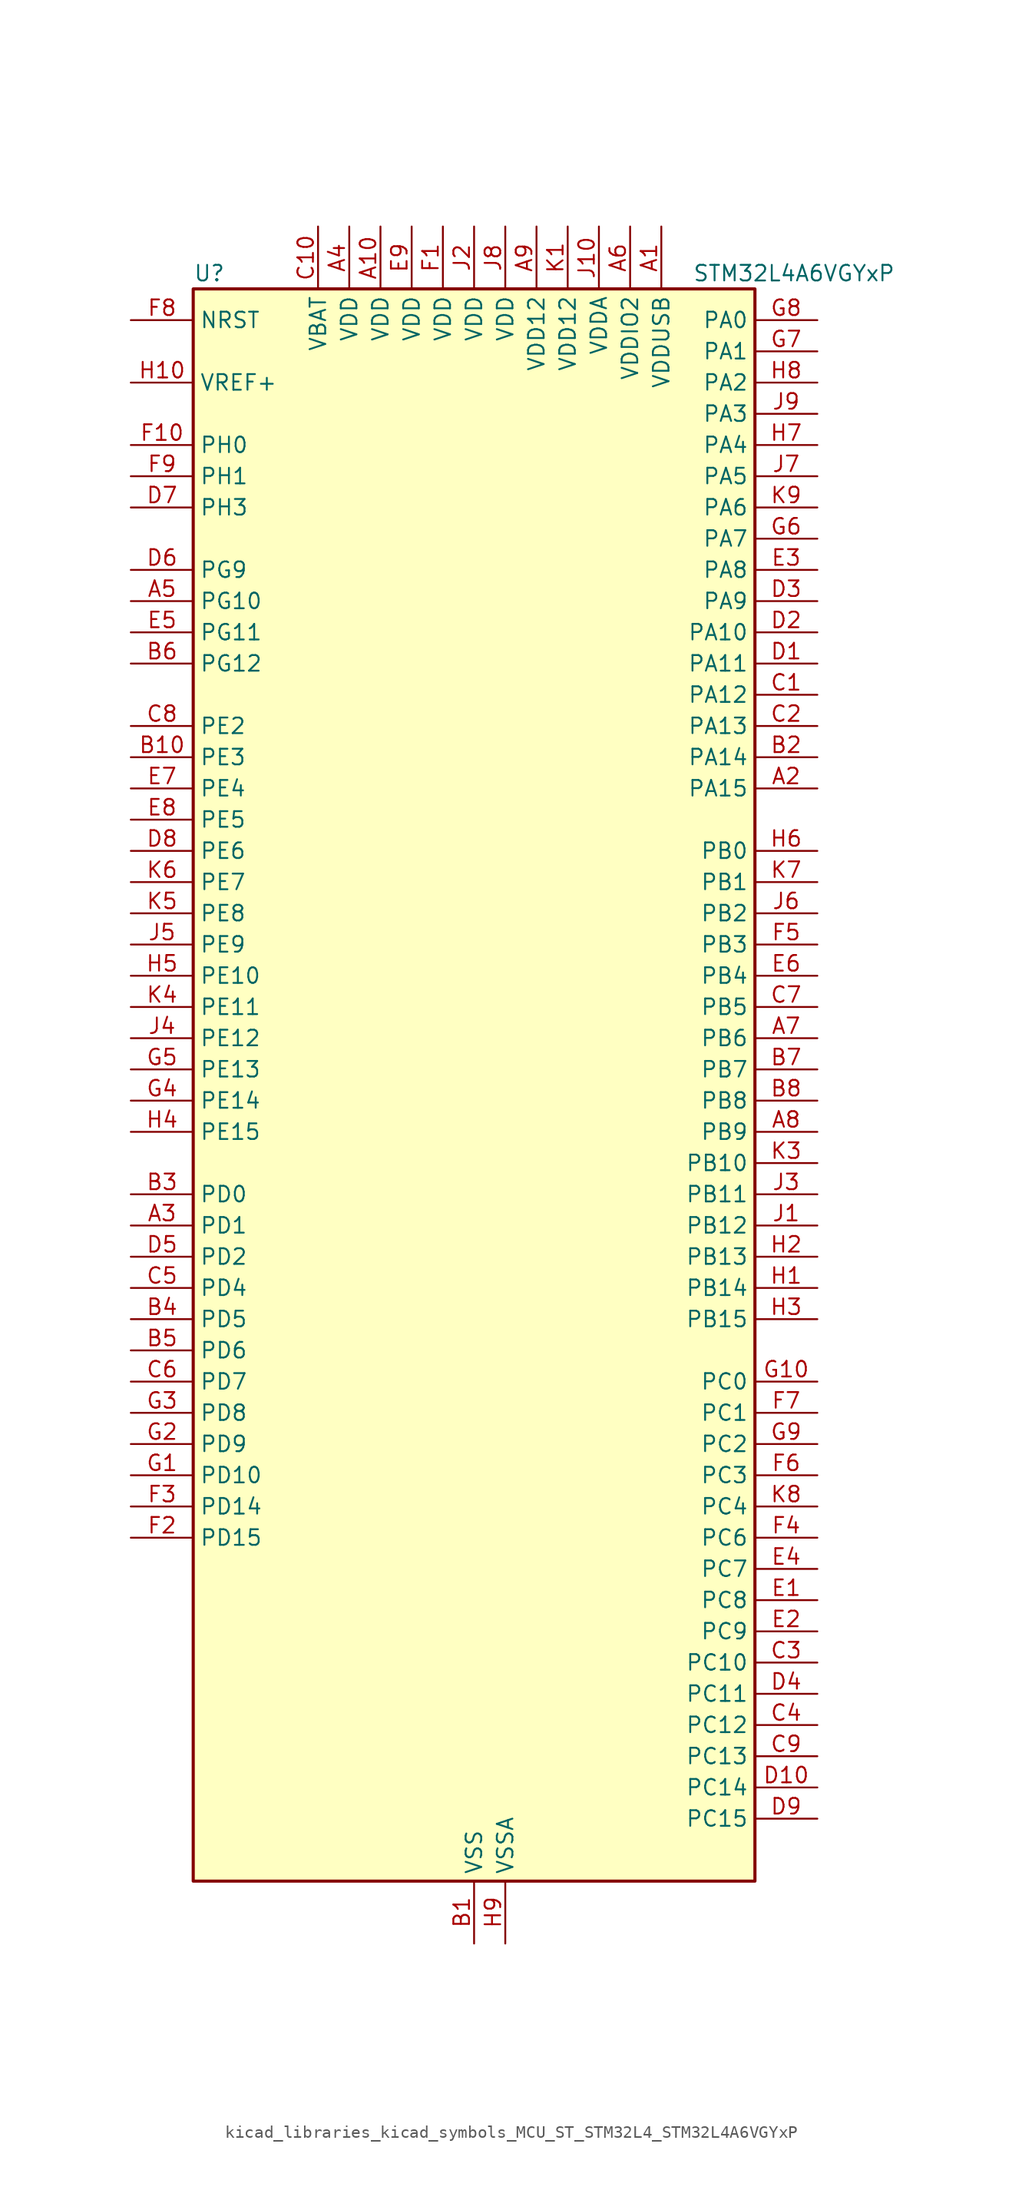
<source format=kicad_sym>
(kicad_symbol_lib
  (version 20220914)
  (generator kicad_symbol_editor)
  (symbol "kicad_libraries_kicad_symbols_MCU_ST_STM32L4_STM32L4A6VGYxP"
    (property "Reference" "U"
      (at -22.86 67.31 0)
      (effects (font (size 1.27 1.27)) (justify left)))
    (property "Value" "STM32L4A6VGYxP"
      (at 17.78 67.31 0)
      (effects (font (size 1.27 1.27)) (justify left)))
    (property "ki_locked" ""
      (at 0 0 0)
      (effects (font (size 1.27 1.27))))
    (symbol "kicad_libraries_kicad_symbols_MCU_ST_STM32L4_STM32L4A6VGYxP_0_1"
      (rectangle (start -22.86 -63.5) (end 22.86 66.04) (stroke (width 0.254) (type default)) (fill (type background))))
    (symbol "kicad_libraries_kicad_symbols_MCU_ST_STM32L4_STM32L4A6VGYxP_1_1"
      (pin power_in line (at 15.24 71.12 270) (length 5.08) (name "VDDUSB" (effects (font (size 1.27 1.27)))) (number "A1" (effects (font (size 1.27 1.27)))))
      (pin power_in line (at -7.62 71.12 270) (length 5.08) (name "VDD" (effects (font (size 1.27 1.27)))) (number "A10" (effects (font (size 1.27 1.27)))))
      (pin bidirectional line (at 27.94 25.4 180) (length 5.08) (name "PA15" (effects (font (size 1.27 1.27)))) (number "A2" (effects (font (size 1.27 1.27)))) (alternate "ADC1_EXTI15" bidirectional line) (alternate "ADC2_EXTI15" bidirectional line) (alternate "ADC3_EXTI15" bidirectional line) (alternate "LCD_SEG17" bidirectional line) (alternate "SAI2_FS_B" bidirectional line) (alternate "SPI1_NSS" bidirectional line) (alternate "SPI3_NSS" bidirectional line) (alternate "SWPMI1_SUSPEND" bidirectional line) (alternate "SYS_JTDI" bidirectional line) (alternate "TIM2_CH1" bidirectional line) (alternate "TIM2_ETR" bidirectional line) (alternate "TSC_G3_IO1" bidirectional line) (alternate "UART4_DE" bidirectional line) (alternate "UART4_RTS" bidirectional line) (alternate "USART2_RX" bidirectional line) (alternate "USART3_DE" bidirectional line) (alternate "USART3_RTS" bidirectional line))
      (pin bidirectional line (at -27.94 -10.16 0) (length 5.08) (name "PD1" (effects (font (size 1.27 1.27)))) (number "A3" (effects (font (size 1.27 1.27)))) (alternate "CAN1_TX" bidirectional line) (alternate "DFSDM1_CKIN7" bidirectional line) (alternate "FMC_D3" bidirectional line) (alternate "FMC_DA3" bidirectional line) (alternate "SPI2_SCK" bidirectional line))
      (pin power_in line (at -10.16 71.12 270) (length 5.08) (name "VDD" (effects (font (size 1.27 1.27)))) (number "A4" (effects (font (size 1.27 1.27)))))
      (pin bidirectional line (at -27.94 40.64 0) (length 5.08) (name "PG10" (effects (font (size 1.27 1.27)))) (number "A5" (effects (font (size 1.27 1.27)))) (alternate "LPTIM1_IN1" bidirectional line) (alternate "SAI2_FS_A" bidirectional line) (alternate "SPI3_MISO" bidirectional line) (alternate "TIM15_CH1" bidirectional line) (alternate "USART1_RX" bidirectional line))
      (pin power_in line (at 12.7 71.12 270) (length 5.08) (name "VDDIO2" (effects (font (size 1.27 1.27)))) (number "A6" (effects (font (size 1.27 1.27)))))
      (pin bidirectional line (at 27.94 5.08 180) (length 5.08) (name "PB6" (effects (font (size 1.27 1.27)))) (number "A7" (effects (font (size 1.27 1.27)))) (alternate "CAN2_TX" bidirectional line) (alternate "COMP2_INP" bidirectional line) (alternate "DCMI_D5" bidirectional line) (alternate "DFSDM1_DATIN5" bidirectional line) (alternate "I2C1_SCL" bidirectional line) (alternate "I2C4_SCL" bidirectional line) (alternate "LPTIM1_ETR" bidirectional line) (alternate "SAI1_FS_B" bidirectional line) (alternate "TIM16_CH1N" bidirectional line) (alternate "TIM4_CH1" bidirectional line) (alternate "TIM8_BKIN2" bidirectional line) (alternate "TIM8_BKIN2_COMP2" bidirectional line) (alternate "TSC_G2_IO3" bidirectional line) (alternate "USART1_TX" bidirectional line))
      (pin bidirectional line (at 27.94 -2.54 180) (length 5.08) (name "PB9" (effects (font (size 1.27 1.27)))) (number "A8" (effects (font (size 1.27 1.27)))) (alternate "CAN1_TX" bidirectional line) (alternate "DAC1_EXTI9" bidirectional line) (alternate "DCMI_D7" bidirectional line) (alternate "DFSDM1_CKIN6" bidirectional line) (alternate "I2C1_SDA" bidirectional line) (alternate "IR_OUT" bidirectional line) (alternate "LCD_COM3" bidirectional line) (alternate "SAI1_FS_A" bidirectional line) (alternate "SDMMC1_D5" bidirectional line) (alternate "SPI2_NSS" bidirectional line) (alternate "TIM17_CH1" bidirectional line) (alternate "TIM4_CH4" bidirectional line))
      (pin power_in line (at 5.08 71.12 270) (length 5.08) (name "VDD12" (effects (font (size 1.27 1.27)))) (number "A9" (effects (font (size 1.27 1.27)))))
      (pin power_in line (at 0 -68.58 90) (length 5.08) (name "VSS" (effects (font (size 1.27 1.27)))) (number "B1" (effects (font (size 1.27 1.27)))))
      (pin bidirectional line (at -27.94 27.94 0) (length 5.08) (name "PE3" (effects (font (size 1.27 1.27)))) (number "B10" (effects (font (size 1.27 1.27)))) (alternate "FMC_A19" bidirectional line) (alternate "LCD_SEG39" bidirectional line) (alternate "SAI1_SD_B" bidirectional line) (alternate "SYS_TRACED0" bidirectional line) (alternate "TIM3_CH1" bidirectional line) (alternate "TSC_G7_IO2" bidirectional line))
      (pin bidirectional line (at 27.94 27.94 180) (length 5.08) (name "PA14" (effects (font (size 1.27 1.27)))) (number "B2" (effects (font (size 1.27 1.27)))) (alternate "I2C1_SMBA" bidirectional line) (alternate "I2C4_SMBA" bidirectional line) (alternate "LPTIM1_OUT" bidirectional line) (alternate "SAI1_FS_B" bidirectional line) (alternate "SWPMI1_RX" bidirectional line) (alternate "SYS_JTCK-SWCLK" bidirectional line) (alternate "USB_OTG_FS_SOF" bidirectional line))
      (pin bidirectional line (at -27.94 -7.62 0) (length 5.08) (name "PD0" (effects (font (size 1.27 1.27)))) (number "B3" (effects (font (size 1.27 1.27)))) (alternate "CAN1_RX" bidirectional line) (alternate "DFSDM1_DATIN7" bidirectional line) (alternate "FMC_D2" bidirectional line) (alternate "FMC_DA2" bidirectional line) (alternate "SPI2_NSS" bidirectional line))
      (pin bidirectional line (at -27.94 -17.78 0) (length 5.08) (name "PD5" (effects (font (size 1.27 1.27)))) (number "B4" (effects (font (size 1.27 1.27)))) (alternate "FMC_NWE" bidirectional line) (alternate "QUADSPI_BK2_IO1" bidirectional line) (alternate "USART2_TX" bidirectional line))
      (pin bidirectional line (at -27.94 -20.32 0) (length 5.08) (name "PD6" (effects (font (size 1.27 1.27)))) (number "B5" (effects (font (size 1.27 1.27)))) (alternate "DCMI_D10" bidirectional line) (alternate "DFSDM1_DATIN1" bidirectional line) (alternate "FMC_NWAIT" bidirectional line) (alternate "QUADSPI_BK2_IO1" bidirectional line) (alternate "QUADSPI_BK2_IO2" bidirectional line) (alternate "SAI1_SD_A" bidirectional line) (alternate "USART2_RX" bidirectional line))
      (pin bidirectional line (at -27.94 35.56 0) (length 5.08) (name "PG12" (effects (font (size 1.27 1.27)))) (number "B6" (effects (font (size 1.27 1.27)))) (alternate "LPTIM1_ETR" bidirectional line) (alternate "SAI2_SD_A" bidirectional line) (alternate "SPI3_NSS" bidirectional line) (alternate "USART1_DE" bidirectional line) (alternate "USART1_RTS" bidirectional line))
      (pin bidirectional line (at 27.94 2.54 180) (length 5.08) (name "PB7" (effects (font (size 1.27 1.27)))) (number "B7" (effects (font (size 1.27 1.27)))) (alternate "COMP2_INM" bidirectional line) (alternate "DCMI_VSYNC" bidirectional line) (alternate "DFSDM1_CKIN5" bidirectional line) (alternate "FMC_NL" bidirectional line) (alternate "I2C1_SDA" bidirectional line) (alternate "I2C4_SDA" bidirectional line) (alternate "LCD_SEG21" bidirectional line) (alternate "LPTIM1_IN2" bidirectional line) (alternate "SYS_PVD_IN" bidirectional line) (alternate "TIM17_CH1N" bidirectional line) (alternate "TIM4_CH2" bidirectional line) (alternate "TIM8_BKIN" bidirectional line) (alternate "TIM8_BKIN_COMP1" bidirectional line) (alternate "TSC_G2_IO4" bidirectional line) (alternate "UART4_CTS" bidirectional line) (alternate "USART1_RX" bidirectional line))
      (pin bidirectional line (at 27.94 0 180) (length 5.08) (name "PB8" (effects (font (size 1.27 1.27)))) (number "B8" (effects (font (size 1.27 1.27)))) (alternate "CAN1_RX" bidirectional line) (alternate "DCMI_D6" bidirectional line) (alternate "DFSDM1_DATIN6" bidirectional line) (alternate "I2C1_SCL" bidirectional line) (alternate "LCD_SEG16" bidirectional line) (alternate "SAI1_MCLK_A" bidirectional line) (alternate "SDMMC1_D4" bidirectional line) (alternate "TIM16_CH1" bidirectional line) (alternate "TIM4_CH3" bidirectional line))
      (pin passive line (at 0 -68.58 90) (length 5.08) hide (name "VSS" (effects (font (size 1.27 1.27)))) (number "B9" (effects (font (size 1.27 1.27)))))
      (pin bidirectional line (at 27.94 33.02 180) (length 5.08) (name "PA12" (effects (font (size 1.27 1.27)))) (number "C1" (effects (font (size 1.27 1.27)))) (alternate "CAN1_TX" bidirectional line) (alternate "SPI1_MOSI" bidirectional line) (alternate "TIM1_ETR" bidirectional line) (alternate "USART1_DE" bidirectional line) (alternate "USART1_RTS" bidirectional line) (alternate "USB_OTG_FS_DP" bidirectional line))
      (pin power_in line (at -12.7 71.12 270) (length 5.08) (name "VBAT" (effects (font (size 1.27 1.27)))) (number "C10" (effects (font (size 1.27 1.27)))))
      (pin bidirectional line (at 27.94 30.48 180) (length 5.08) (name "PA13" (effects (font (size 1.27 1.27)))) (number "C2" (effects (font (size 1.27 1.27)))) (alternate "IR_OUT" bidirectional line) (alternate "SAI1_SD_B" bidirectional line) (alternate "SWPMI1_TX" bidirectional line) (alternate "SYS_JTMS-SWDIO" bidirectional line) (alternate "USB_OTG_FS_NOE" bidirectional line))
      (pin bidirectional line (at 27.94 -45.72 180) (length 5.08) (name "PC10" (effects (font (size 1.27 1.27)))) (number "C3" (effects (font (size 1.27 1.27)))) (alternate "DCMI_D8" bidirectional line) (alternate "LCD_COM4" bidirectional line) (alternate "LCD_SEG28" bidirectional line) (alternate "LCD_SEG40" bidirectional line) (alternate "SAI2_SCK_B" bidirectional line) (alternate "SDMMC1_D2" bidirectional line) (alternate "SPI3_SCK" bidirectional line) (alternate "SYS_TRACED1" bidirectional line) (alternate "TSC_G3_IO2" bidirectional line) (alternate "UART4_TX" bidirectional line) (alternate "USART3_TX" bidirectional line))
      (pin bidirectional line (at 27.94 -50.8 180) (length 5.08) (name "PC12" (effects (font (size 1.27 1.27)))) (number "C4" (effects (font (size 1.27 1.27)))) (alternate "DCMI_D9" bidirectional line) (alternate "LCD_COM6" bidirectional line) (alternate "LCD_SEG30" bidirectional line) (alternate "LCD_SEG42" bidirectional line) (alternate "SAI2_SD_B" bidirectional line) (alternate "SDMMC1_CK" bidirectional line) (alternate "SPI3_MOSI" bidirectional line) (alternate "SYS_TRACED3" bidirectional line) (alternate "TSC_G3_IO4" bidirectional line) (alternate "UART5_TX" bidirectional line) (alternate "USART3_CK" bidirectional line))
      (pin bidirectional line (at -27.94 -15.24 0) (length 5.08) (name "PD4" (effects (font (size 1.27 1.27)))) (number "C5" (effects (font (size 1.27 1.27)))) (alternate "DFSDM1_CKIN0" bidirectional line) (alternate "FMC_NOE" bidirectional line) (alternate "QUADSPI_BK2_IO0" bidirectional line) (alternate "SPI2_MOSI" bidirectional line) (alternate "USART2_DE" bidirectional line) (alternate "USART2_RTS" bidirectional line))
      (pin bidirectional line (at -27.94 -22.86 0) (length 5.08) (name "PD7" (effects (font (size 1.27 1.27)))) (number "C6" (effects (font (size 1.27 1.27)))) (alternate "DFSDM1_CKIN1" bidirectional line) (alternate "FMC_NE1" bidirectional line) (alternate "QUADSPI_BK2_IO3" bidirectional line) (alternate "USART2_CK" bidirectional line))
      (pin bidirectional line (at 27.94 7.62 180) (length 5.08) (name "PB5" (effects (font (size 1.27 1.27)))) (number "C7" (effects (font (size 1.27 1.27)))) (alternate "CAN2_RX" bidirectional line) (alternate "COMP2_OUT" bidirectional line) (alternate "DCMI_D10" bidirectional line) (alternate "I2C1_SMBA" bidirectional line) (alternate "LCD_SEG9" bidirectional line) (alternate "LPTIM1_IN1" bidirectional line) (alternate "SAI1_SD_B" bidirectional line) (alternate "SPI1_MOSI" bidirectional line) (alternate "SPI3_MOSI" bidirectional line) (alternate "TIM16_BKIN" bidirectional line) (alternate "TIM3_CH2" bidirectional line) (alternate "TSC_G2_IO2" bidirectional line) (alternate "UART5_CTS" bidirectional line) (alternate "USART1_CK" bidirectional line))
      (pin bidirectional line (at -27.94 30.48 0) (length 5.08) (name "PE2" (effects (font (size 1.27 1.27)))) (number "C8" (effects (font (size 1.27 1.27)))) (alternate "FMC_A23" bidirectional line) (alternate "LCD_SEG38" bidirectional line) (alternate "SAI1_MCLK_A" bidirectional line) (alternate "SYS_TRACECLK" bidirectional line) (alternate "TIM3_ETR" bidirectional line) (alternate "TSC_G7_IO1" bidirectional line))
      (pin bidirectional line (at 27.94 -53.34 180) (length 5.08) (name "PC13" (effects (font (size 1.27 1.27)))) (number "C9" (effects (font (size 1.27 1.27)))) (alternate "RTC_OUT_ALARM" bidirectional line) (alternate "RTC_OUT_CALIB" bidirectional line) (alternate "RTC_TAMP1" bidirectional line) (alternate "RTC_TS" bidirectional line) (alternate "SYS_WKUP2" bidirectional line))
      (pin bidirectional line (at 27.94 35.56 180) (length 5.08) (name "PA11" (effects (font (size 1.27 1.27)))) (number "D1" (effects (font (size 1.27 1.27)))) (alternate "ADC1_EXTI11" bidirectional line) (alternate "ADC2_EXTI11" bidirectional line) (alternate "ADC3_EXTI11" bidirectional line) (alternate "CAN1_RX" bidirectional line) (alternate "SPI1_MISO" bidirectional line) (alternate "TIM1_BKIN2" bidirectional line) (alternate "TIM1_BKIN2_COMP1" bidirectional line) (alternate "TIM1_CH4" bidirectional line) (alternate "USART1_CTS" bidirectional line) (alternate "USB_OTG_FS_DM" bidirectional line))
      (pin bidirectional line (at 27.94 -55.88 180) (length 5.08) (name "PC14" (effects (font (size 1.27 1.27)))) (number "D10" (effects (font (size 1.27 1.27)))) (alternate "RCC_OSC32_IN" bidirectional line))
      (pin bidirectional line (at 27.94 38.1 180) (length 5.08) (name "PA10" (effects (font (size 1.27 1.27)))) (number "D2" (effects (font (size 1.27 1.27)))) (alternate "DCMI_D1" bidirectional line) (alternate "LCD_COM2" bidirectional line) (alternate "SAI1_SD_A" bidirectional line) (alternate "TIM17_BKIN" bidirectional line) (alternate "TIM1_CH3" bidirectional line) (alternate "USART1_RX" bidirectional line) (alternate "USB_OTG_FS_ID" bidirectional line))
      (pin bidirectional line (at 27.94 40.64 180) (length 5.08) (name "PA9" (effects (font (size 1.27 1.27)))) (number "D3" (effects (font (size 1.27 1.27)))) (alternate "DAC1_EXTI9" bidirectional line) (alternate "DCMI_D0" bidirectional line) (alternate "LCD_COM1" bidirectional line) (alternate "SAI1_FS_A" bidirectional line) (alternate "SPI2_SCK" bidirectional line) (alternate "TIM15_BKIN" bidirectional line) (alternate "TIM1_CH2" bidirectional line) (alternate "USART1_TX" bidirectional line) (alternate "USB_OTG_FS_VBUS" bidirectional line))
      (pin bidirectional line (at 27.94 -48.26 180) (length 5.08) (name "PC11" (effects (font (size 1.27 1.27)))) (number "D4" (effects (font (size 1.27 1.27)))) (alternate "ADC1_EXTI11" bidirectional line) (alternate "ADC2_EXTI11" bidirectional line) (alternate "ADC3_EXTI11" bidirectional line) (alternate "DCMI_D4" bidirectional line) (alternate "LCD_COM5" bidirectional line) (alternate "LCD_SEG29" bidirectional line) (alternate "LCD_SEG41" bidirectional line) (alternate "QUADSPI_BK2_NCS" bidirectional line) (alternate "SAI2_MCLK_B" bidirectional line) (alternate "SDMMC1_D3" bidirectional line) (alternate "SPI3_MISO" bidirectional line) (alternate "TSC_G3_IO3" bidirectional line) (alternate "UART4_RX" bidirectional line) (alternate "USART3_RX" bidirectional line))
      (pin bidirectional line (at -27.94 -12.7 0) (length 5.08) (name "PD2" (effects (font (size 1.27 1.27)))) (number "D5" (effects (font (size 1.27 1.27)))) (alternate "DCMI_D11" bidirectional line) (alternate "LCD_COM7" bidirectional line) (alternate "LCD_SEG31" bidirectional line) (alternate "LCD_SEG43" bidirectional line) (alternate "SDMMC1_CMD" bidirectional line) (alternate "SYS_TRACED2" bidirectional line) (alternate "TIM3_ETR" bidirectional line) (alternate "TSC_SYNC" bidirectional line) (alternate "UART5_RX" bidirectional line) (alternate "USART3_DE" bidirectional line) (alternate "USART3_RTS" bidirectional line))
      (pin bidirectional line (at -27.94 43.18 0) (length 5.08) (name "PG9" (effects (font (size 1.27 1.27)))) (number "D6" (effects (font (size 1.27 1.27)))) (alternate "DAC1_EXTI9" bidirectional line) (alternate "FMC_NCE" bidirectional line) (alternate "SAI2_SCK_A" bidirectional line) (alternate "SPI3_SCK" bidirectional line) (alternate "TIM15_CH1N" bidirectional line) (alternate "USART1_TX" bidirectional line))
      (pin bidirectional line (at -27.94 48.26 0) (length 5.08) (name "PH3" (effects (font (size 1.27 1.27)))) (number "D7" (effects (font (size 1.27 1.27)))))
      (pin bidirectional line (at -27.94 20.32 0) (length 5.08) (name "PE6" (effects (font (size 1.27 1.27)))) (number "D8" (effects (font (size 1.27 1.27)))) (alternate "DCMI_D7" bidirectional line) (alternate "FMC_A22" bidirectional line) (alternate "RTC_TAMP3" bidirectional line) (alternate "SAI1_SD_A" bidirectional line) (alternate "SYS_TRACED3" bidirectional line) (alternate "SYS_WKUP3" bidirectional line) (alternate "TIM3_CH4" bidirectional line))
      (pin bidirectional line (at 27.94 -58.42 180) (length 5.08) (name "PC15" (effects (font (size 1.27 1.27)))) (number "D9" (effects (font (size 1.27 1.27)))) (alternate "ADC1_EXTI15" bidirectional line) (alternate "ADC2_EXTI15" bidirectional line) (alternate "ADC3_EXTI15" bidirectional line) (alternate "RCC_OSC32_OUT" bidirectional line))
      (pin bidirectional line (at 27.94 -40.64 180) (length 5.08) (name "PC8" (effects (font (size 1.27 1.27)))) (number "E1" (effects (font (size 1.27 1.27)))) (alternate "DCMI_D2" bidirectional line) (alternate "LCD_SEG26" bidirectional line) (alternate "SDMMC1_D0" bidirectional line) (alternate "TIM3_CH3" bidirectional line) (alternate "TIM8_CH3" bidirectional line) (alternate "TSC_G4_IO3" bidirectional line))
      (pin passive line (at 0 -68.58 90) (length 5.08) hide (name "VSS" (effects (font (size 1.27 1.27)))) (number "E10" (effects (font (size 1.27 1.27)))))
      (pin bidirectional line (at 27.94 -43.18 180) (length 5.08) (name "PC9" (effects (font (size 1.27 1.27)))) (number "E2" (effects (font (size 1.27 1.27)))) (alternate "DAC1_EXTI9" bidirectional line) (alternate "DCMI_D3" bidirectional line) (alternate "I2C3_SDA" bidirectional line) (alternate "LCD_SEG27" bidirectional line) (alternate "SAI2_EXTCLK" bidirectional line) (alternate "SDMMC1_D1" bidirectional line) (alternate "TIM3_CH4" bidirectional line) (alternate "TIM8_BKIN2" bidirectional line) (alternate "TIM8_BKIN2_COMP1" bidirectional line) (alternate "TIM8_CH4" bidirectional line) (alternate "TSC_G4_IO4" bidirectional line) (alternate "USB_OTG_FS_NOE" bidirectional line))
      (pin bidirectional line (at 27.94 43.18 180) (length 5.08) (name "PA8" (effects (font (size 1.27 1.27)))) (number "E3" (effects (font (size 1.27 1.27)))) (alternate "LCD_COM0" bidirectional line) (alternate "LPTIM2_OUT" bidirectional line) (alternate "RCC_MCO" bidirectional line) (alternate "SAI1_SCK_A" bidirectional line) (alternate "SWPMI1_IO" bidirectional line) (alternate "TIM1_CH1" bidirectional line) (alternate "USART1_CK" bidirectional line) (alternate "USB_OTG_FS_SOF" bidirectional line))
      (pin bidirectional line (at 27.94 -38.1 180) (length 5.08) (name "PC7" (effects (font (size 1.27 1.27)))) (number "E4" (effects (font (size 1.27 1.27)))) (alternate "DCMI_D1" bidirectional line) (alternate "DFSDM1_DATIN3" bidirectional line) (alternate "LCD_SEG25" bidirectional line) (alternate "SAI2_MCLK_B" bidirectional line) (alternate "SDMMC1_D7" bidirectional line) (alternate "TIM3_CH2" bidirectional line) (alternate "TIM8_CH2" bidirectional line) (alternate "TSC_G4_IO2" bidirectional line))
      (pin bidirectional line (at -27.94 38.1 0) (length 5.08) (name "PG11" (effects (font (size 1.27 1.27)))) (number "E5" (effects (font (size 1.27 1.27)))) (alternate "ADC1_EXTI11" bidirectional line) (alternate "ADC2_EXTI11" bidirectional line) (alternate "ADC3_EXTI11" bidirectional line) (alternate "LPTIM1_IN2" bidirectional line) (alternate "SAI2_MCLK_A" bidirectional line) (alternate "SPI3_MOSI" bidirectional line) (alternate "TIM15_CH2" bidirectional line) (alternate "USART1_CTS" bidirectional line))
      (pin bidirectional line (at 27.94 10.16 180) (length 5.08) (name "PB4" (effects (font (size 1.27 1.27)))) (number "E6" (effects (font (size 1.27 1.27)))) (alternate "COMP2_INP" bidirectional line) (alternate "DCMI_D12" bidirectional line) (alternate "I2C3_SDA" bidirectional line) (alternate "LCD_SEG8" bidirectional line) (alternate "SAI1_MCLK_B" bidirectional line) (alternate "SPI1_MISO" bidirectional line) (alternate "SPI3_MISO" bidirectional line) (alternate "SYS_JTRST" bidirectional line) (alternate "TIM17_BKIN" bidirectional line) (alternate "TIM3_CH1" bidirectional line) (alternate "TSC_G2_IO1" bidirectional line) (alternate "UART5_DE" bidirectional line) (alternate "UART5_RTS" bidirectional line) (alternate "USART1_CTS" bidirectional line))
      (pin bidirectional line (at -27.94 25.4 0) (length 5.08) (name "PE4" (effects (font (size 1.27 1.27)))) (number "E7" (effects (font (size 1.27 1.27)))) (alternate "DCMI_D4" bidirectional line) (alternate "DFSDM1_DATIN3" bidirectional line) (alternate "FMC_A20" bidirectional line) (alternate "SAI1_FS_A" bidirectional line) (alternate "SYS_TRACED1" bidirectional line) (alternate "TIM3_CH2" bidirectional line) (alternate "TSC_G7_IO3" bidirectional line))
      (pin bidirectional line (at -27.94 22.86 0) (length 5.08) (name "PE5" (effects (font (size 1.27 1.27)))) (number "E8" (effects (font (size 1.27 1.27)))) (alternate "DCMI_D6" bidirectional line) (alternate "DFSDM1_CKIN3" bidirectional line) (alternate "FMC_A21" bidirectional line) (alternate "SAI1_SCK_A" bidirectional line) (alternate "SYS_TRACED2" bidirectional line) (alternate "TIM3_CH3" bidirectional line) (alternate "TSC_G7_IO4" bidirectional line))
      (pin power_in line (at -5.08 71.12 270) (length 5.08) (name "VDD" (effects (font (size 1.27 1.27)))) (number "E9" (effects (font (size 1.27 1.27)))))
      (pin power_in line (at -2.54 71.12 270) (length 5.08) (name "VDD" (effects (font (size 1.27 1.27)))) (number "F1" (effects (font (size 1.27 1.27)))))
      (pin bidirectional line (at -27.94 53.34 0) (length 5.08) (name "PH0" (effects (font (size 1.27 1.27)))) (number "F10" (effects (font (size 1.27 1.27)))) (alternate "RCC_OSC_IN" bidirectional line))
      (pin bidirectional line (at -27.94 -35.56 0) (length 5.08) (name "PD15" (effects (font (size 1.27 1.27)))) (number "F2" (effects (font (size 1.27 1.27)))) (alternate "ADC1_EXTI15" bidirectional line) (alternate "ADC2_EXTI15" bidirectional line) (alternate "ADC3_EXTI15" bidirectional line) (alternate "FMC_D1" bidirectional line) (alternate "FMC_DA1" bidirectional line) (alternate "LCD_SEG35" bidirectional line) (alternate "TIM4_CH4" bidirectional line))
      (pin bidirectional line (at -27.94 -33.02 0) (length 5.08) (name "PD14" (effects (font (size 1.27 1.27)))) (number "F3" (effects (font (size 1.27 1.27)))) (alternate "FMC_D0" bidirectional line) (alternate "FMC_DA0" bidirectional line) (alternate "LCD_SEG34" bidirectional line) (alternate "TIM4_CH3" bidirectional line))
      (pin bidirectional line (at 27.94 -35.56 180) (length 5.08) (name "PC6" (effects (font (size 1.27 1.27)))) (number "F4" (effects (font (size 1.27 1.27)))) (alternate "DCMI_D0" bidirectional line) (alternate "DFSDM1_CKIN3" bidirectional line) (alternate "LCD_SEG24" bidirectional line) (alternate "SAI2_MCLK_A" bidirectional line) (alternate "SDMMC1_D6" bidirectional line) (alternate "TIM3_CH1" bidirectional line) (alternate "TIM8_CH1" bidirectional line) (alternate "TSC_G4_IO1" bidirectional line))
      (pin bidirectional line (at 27.94 12.7 180) (length 5.08) (name "PB3" (effects (font (size 1.27 1.27)))) (number "F5" (effects (font (size 1.27 1.27)))) (alternate "COMP2_INM" bidirectional line) (alternate "CRS_SYNC" bidirectional line) (alternate "LCD_SEG7" bidirectional line) (alternate "SAI1_SCK_B" bidirectional line) (alternate "SPI1_SCK" bidirectional line) (alternate "SPI3_SCK" bidirectional line) (alternate "SYS_JTDO-SWO" bidirectional line) (alternate "TIM2_CH2" bidirectional line) (alternate "USART1_DE" bidirectional line) (alternate "USART1_RTS" bidirectional line))
      (pin bidirectional line (at 27.94 -30.48 180) (length 5.08) (name "PC3" (effects (font (size 1.27 1.27)))) (number "F6" (effects (font (size 1.27 1.27)))) (alternate "ADC1_IN4" bidirectional line) (alternate "ADC2_IN4" bidirectional line) (alternate "ADC3_IN4" bidirectional line) (alternate "LCD_VLCD" bidirectional line) (alternate "LPTIM1_ETR" bidirectional line) (alternate "LPTIM2_ETR" bidirectional line) (alternate "QUADSPI_BK2_IO2" bidirectional line) (alternate "SAI1_SD_A" bidirectional line) (alternate "SPI2_MOSI" bidirectional line))
      (pin bidirectional line (at 27.94 -25.4 180) (length 5.08) (name "PC1" (effects (font (size 1.27 1.27)))) (number "F7" (effects (font (size 1.27 1.27)))) (alternate "ADC1_IN2" bidirectional line) (alternate "ADC2_IN2" bidirectional line) (alternate "ADC3_IN2" bidirectional line) (alternate "DFSDM1_CKIN4" bidirectional line) (alternate "I2C3_SDA" bidirectional line) (alternate "I2C4_SDA" bidirectional line) (alternate "LCD_SEG19" bidirectional line) (alternate "LPTIM1_OUT" bidirectional line) (alternate "LPUART1_TX" bidirectional line) (alternate "QUADSPI_BK2_IO0" bidirectional line) (alternate "SAI1_SD_A" bidirectional line) (alternate "SPI2_MOSI" bidirectional line) (alternate "SYS_TRACED0" bidirectional line))
      (pin input line (at -27.94 63.5 0) (length 5.08) (name "NRST" (effects (font (size 1.27 1.27)))) (number "F8" (effects (font (size 1.27 1.27)))))
      (pin bidirectional line (at -27.94 50.8 0) (length 5.08) (name "PH1" (effects (font (size 1.27 1.27)))) (number "F9" (effects (font (size 1.27 1.27)))) (alternate "RCC_OSC_OUT" bidirectional line))
      (pin bidirectional line (at -27.94 -30.48 0) (length 5.08) (name "PD10" (effects (font (size 1.27 1.27)))) (number "G1" (effects (font (size 1.27 1.27)))) (alternate "FMC_D15" bidirectional line) (alternate "FMC_DA15" bidirectional line) (alternate "LCD_SEG30" bidirectional line) (alternate "SAI2_SCK_A" bidirectional line) (alternate "USART3_CK" bidirectional line))
      (pin bidirectional line (at 27.94 -22.86 180) (length 5.08) (name "PC0" (effects (font (size 1.27 1.27)))) (number "G10" (effects (font (size 1.27 1.27)))) (alternate "ADC1_IN1" bidirectional line) (alternate "ADC2_IN1" bidirectional line) (alternate "ADC3_IN1" bidirectional line) (alternate "DFSDM1_DATIN4" bidirectional line) (alternate "I2C3_SCL" bidirectional line) (alternate "I2C4_SCL" bidirectional line) (alternate "LCD_SEG18" bidirectional line) (alternate "LPTIM1_IN1" bidirectional line) (alternate "LPTIM2_IN1" bidirectional line) (alternate "LPUART1_RX" bidirectional line))
      (pin bidirectional line (at -27.94 -27.94 0) (length 5.08) (name "PD9" (effects (font (size 1.27 1.27)))) (number "G2" (effects (font (size 1.27 1.27)))) (alternate "DAC1_EXTI9" bidirectional line) (alternate "DCMI_PIXCLK" bidirectional line) (alternate "FMC_D14" bidirectional line) (alternate "FMC_DA14" bidirectional line) (alternate "LCD_SEG29" bidirectional line) (alternate "SAI2_MCLK_A" bidirectional line) (alternate "USART3_RX" bidirectional line))
      (pin bidirectional line (at -27.94 -25.4 0) (length 5.08) (name "PD8" (effects (font (size 1.27 1.27)))) (number "G3" (effects (font (size 1.27 1.27)))) (alternate "DCMI_HSYNC" bidirectional line) (alternate "FMC_D13" bidirectional line) (alternate "FMC_DA13" bidirectional line) (alternate "LCD_SEG28" bidirectional line) (alternate "USART3_TX" bidirectional line))
      (pin bidirectional line (at -27.94 0 0) (length 5.08) (name "PE14" (effects (font (size 1.27 1.27)))) (number "G4" (effects (font (size 1.27 1.27)))) (alternate "FMC_D11" bidirectional line) (alternate "FMC_DA11" bidirectional line) (alternate "QUADSPI_BK1_IO2" bidirectional line) (alternate "SPI1_MISO" bidirectional line) (alternate "TIM1_BKIN2" bidirectional line) (alternate "TIM1_BKIN2_COMP2" bidirectional line) (alternate "TIM1_CH4" bidirectional line))
      (pin bidirectional line (at -27.94 2.54 0) (length 5.08) (name "PE13" (effects (font (size 1.27 1.27)))) (number "G5" (effects (font (size 1.27 1.27)))) (alternate "DFSDM1_CKIN5" bidirectional line) (alternate "FMC_D10" bidirectional line) (alternate "FMC_DA10" bidirectional line) (alternate "QUADSPI_BK1_IO1" bidirectional line) (alternate "SPI1_SCK" bidirectional line) (alternate "TIM1_CH3" bidirectional line) (alternate "TSC_G5_IO4" bidirectional line))
      (pin bidirectional line (at 27.94 45.72 180) (length 5.08) (name "PA7" (effects (font (size 1.27 1.27)))) (number "G6" (effects (font (size 1.27 1.27)))) (alternate "ADC1_IN12" bidirectional line) (alternate "ADC2_IN12" bidirectional line) (alternate "I2C3_SCL" bidirectional line) (alternate "LCD_SEG4" bidirectional line) (alternate "OPAMP2_VINM" bidirectional line) (alternate "QUADSPI_BK1_IO2" bidirectional line) (alternate "SPI1_MOSI" bidirectional line) (alternate "TIM17_CH1" bidirectional line) (alternate "TIM1_CH1N" bidirectional line) (alternate "TIM3_CH2" bidirectional line) (alternate "TIM8_CH1N" bidirectional line))
      (pin bidirectional line (at 27.94 60.96 180) (length 5.08) (name "PA1" (effects (font (size 1.27 1.27)))) (number "G7" (effects (font (size 1.27 1.27)))) (alternate "ADC1_IN6" bidirectional line) (alternate "ADC2_IN6" bidirectional line) (alternate "I2C1_SMBA" bidirectional line) (alternate "LCD_SEG0" bidirectional line) (alternate "OPAMP1_VINM" bidirectional line) (alternate "SPI1_SCK" bidirectional line) (alternate "TIM15_CH1N" bidirectional line) (alternate "TIM2_CH2" bidirectional line) (alternate "TIM5_CH2" bidirectional line) (alternate "UART4_RX" bidirectional line) (alternate "USART2_DE" bidirectional line) (alternate "USART2_RTS" bidirectional line))
      (pin bidirectional line (at 27.94 63.5 180) (length 5.08) (name "PA0" (effects (font (size 1.27 1.27)))) (number "G8" (effects (font (size 1.27 1.27)))) (alternate "ADC1_IN5" bidirectional line) (alternate "ADC2_IN5" bidirectional line) (alternate "OPAMP1_VINP" bidirectional line) (alternate "RTC_TAMP2" bidirectional line) (alternate "SAI1_EXTCLK" bidirectional line) (alternate "SYS_WKUP1" bidirectional line) (alternate "TIM2_CH1" bidirectional line) (alternate "TIM2_ETR" bidirectional line) (alternate "TIM5_CH1" bidirectional line) (alternate "TIM8_ETR" bidirectional line) (alternate "UART4_TX" bidirectional line) (alternate "USART2_CTS" bidirectional line))
      (pin bidirectional line (at 27.94 -27.94 180) (length 5.08) (name "PC2" (effects (font (size 1.27 1.27)))) (number "G9" (effects (font (size 1.27 1.27)))) (alternate "ADC1_IN3" bidirectional line) (alternate "ADC2_IN3" bidirectional line) (alternate "ADC3_IN3" bidirectional line) (alternate "DFSDM1_CKOUT" bidirectional line) (alternate "LCD_SEG20" bidirectional line) (alternate "LPTIM1_IN2" bidirectional line) (alternate "QUADSPI_BK2_IO1" bidirectional line) (alternate "SPI2_MISO" bidirectional line))
      (pin bidirectional line (at 27.94 -15.24 180) (length 5.08) (name "PB14" (effects (font (size 1.27 1.27)))) (number "H1" (effects (font (size 1.27 1.27)))) (alternate "DFSDM1_DATIN2" bidirectional line) (alternate "I2C2_SDA" bidirectional line) (alternate "LCD_SEG14" bidirectional line) (alternate "SAI2_MCLK_A" bidirectional line) (alternate "SPI2_MISO" bidirectional line) (alternate "SWPMI1_RX" bidirectional line) (alternate "TIM15_CH1" bidirectional line) (alternate "TIM1_CH2N" bidirectional line) (alternate "TIM8_CH2N" bidirectional line) (alternate "TSC_G1_IO3" bidirectional line) (alternate "USART3_DE" bidirectional line) (alternate "USART3_RTS" bidirectional line))
      (pin input line (at -27.94 58.42 0) (length 5.08) (name "VREF+" (effects (font (size 1.27 1.27)))) (number "H10" (effects (font (size 1.27 1.27)))) (alternate "VREFBUF_OUT" bidirectional line))
      (pin bidirectional line (at 27.94 -12.7 180) (length 5.08) (name "PB13" (effects (font (size 1.27 1.27)))) (number "H2" (effects (font (size 1.27 1.27)))) (alternate "CAN2_TX" bidirectional line) (alternate "DFSDM1_CKIN1" bidirectional line) (alternate "I2C2_SCL" bidirectional line) (alternate "LCD_SEG13" bidirectional line) (alternate "LPUART1_CTS" bidirectional line) (alternate "SAI2_SCK_A" bidirectional line) (alternate "SPI2_SCK" bidirectional line) (alternate "SWPMI1_TX" bidirectional line) (alternate "TIM15_CH1N" bidirectional line) (alternate "TIM1_CH1N" bidirectional line) (alternate "TSC_G1_IO2" bidirectional line) (alternate "USART3_CTS" bidirectional line))
      (pin bidirectional line (at 27.94 -17.78 180) (length 5.08) (name "PB15" (effects (font (size 1.27 1.27)))) (number "H3" (effects (font (size 1.27 1.27)))) (alternate "ADC1_EXTI15" bidirectional line) (alternate "ADC2_EXTI15" bidirectional line) (alternate "ADC3_EXTI15" bidirectional line) (alternate "DFSDM1_CKIN2" bidirectional line) (alternate "LCD_SEG15" bidirectional line) (alternate "RTC_REFIN" bidirectional line) (alternate "SAI2_SD_A" bidirectional line) (alternate "SPI2_MOSI" bidirectional line) (alternate "SWPMI1_SUSPEND" bidirectional line) (alternate "TIM15_CH2" bidirectional line) (alternate "TIM1_CH3N" bidirectional line) (alternate "TIM8_CH3N" bidirectional line) (alternate "TSC_G1_IO4" bidirectional line))
      (pin bidirectional line (at -27.94 -2.54 0) (length 5.08) (name "PE15" (effects (font (size 1.27 1.27)))) (number "H4" (effects (font (size 1.27 1.27)))) (alternate "ADC1_EXTI15" bidirectional line) (alternate "ADC2_EXTI15" bidirectional line) (alternate "ADC3_EXTI15" bidirectional line) (alternate "FMC_D12" bidirectional line) (alternate "FMC_DA12" bidirectional line) (alternate "QUADSPI_BK1_IO3" bidirectional line) (alternate "SPI1_MOSI" bidirectional line) (alternate "TIM1_BKIN" bidirectional line) (alternate "TIM1_BKIN_COMP1" bidirectional line))
      (pin bidirectional line (at -27.94 10.16 0) (length 5.08) (name "PE10" (effects (font (size 1.27 1.27)))) (number "H5" (effects (font (size 1.27 1.27)))) (alternate "DFSDM1_DATIN4" bidirectional line) (alternate "FMC_D7" bidirectional line) (alternate "FMC_DA7" bidirectional line) (alternate "QUADSPI_CLK" bidirectional line) (alternate "SAI1_MCLK_B" bidirectional line) (alternate "TIM1_CH2N" bidirectional line) (alternate "TSC_G5_IO1" bidirectional line))
      (pin bidirectional line (at 27.94 20.32 180) (length 5.08) (name "PB0" (effects (font (size 1.27 1.27)))) (number "H6" (effects (font (size 1.27 1.27)))) (alternate "ADC1_IN15" bidirectional line) (alternate "ADC2_IN15" bidirectional line) (alternate "COMP1_OUT" bidirectional line) (alternate "LCD_SEG5" bidirectional line) (alternate "OPAMP2_VOUT" bidirectional line) (alternate "QUADSPI_BK1_IO1" bidirectional line) (alternate "SAI1_EXTCLK" bidirectional line) (alternate "SPI1_NSS" bidirectional line) (alternate "TIM1_CH2N" bidirectional line) (alternate "TIM3_CH3" bidirectional line) (alternate "TIM8_CH2N" bidirectional line) (alternate "USART3_CK" bidirectional line))
      (pin bidirectional line (at 27.94 53.34 180) (length 5.08) (name "PA4" (effects (font (size 1.27 1.27)))) (number "H7" (effects (font (size 1.27 1.27)))) (alternate "ADC1_IN9" bidirectional line) (alternate "ADC2_IN9" bidirectional line) (alternate "DAC1_OUT1" bidirectional line) (alternate "DCMI_HSYNC" bidirectional line) (alternate "LPTIM2_OUT" bidirectional line) (alternate "SAI1_FS_B" bidirectional line) (alternate "SPI1_NSS" bidirectional line) (alternate "SPI3_NSS" bidirectional line) (alternate "USART2_CK" bidirectional line))
      (pin bidirectional line (at 27.94 58.42 180) (length 5.08) (name "PA2" (effects (font (size 1.27 1.27)))) (number "H8" (effects (font (size 1.27 1.27)))) (alternate "ADC1_IN7" bidirectional line) (alternate "ADC2_IN7" bidirectional line) (alternate "LCD_SEG1" bidirectional line) (alternate "LPUART1_TX" bidirectional line) (alternate "QUADSPI_BK1_NCS" bidirectional line) (alternate "RCC_LSCO" bidirectional line) (alternate "SAI2_EXTCLK" bidirectional line) (alternate "SYS_WKUP4" bidirectional line) (alternate "TIM15_CH1" bidirectional line) (alternate "TIM2_CH3" bidirectional line) (alternate "TIM5_CH3" bidirectional line) (alternate "USART2_TX" bidirectional line))
      (pin power_in line (at 2.54 -68.58 90) (length 5.08) (name "VSSA" (effects (font (size 1.27 1.27)))) (number "H9" (effects (font (size 1.27 1.27)))))
      (pin bidirectional line (at 27.94 -10.16 180) (length 5.08) (name "PB12" (effects (font (size 1.27 1.27)))) (number "J1" (effects (font (size 1.27 1.27)))) (alternate "CAN2_RX" bidirectional line) (alternate "DFSDM1_DATIN1" bidirectional line) (alternate "I2C2_SMBA" bidirectional line) (alternate "LCD_SEG12" bidirectional line) (alternate "LPUART1_DE" bidirectional line) (alternate "LPUART1_RTS" bidirectional line) (alternate "SAI2_FS_A" bidirectional line) (alternate "SPI2_NSS" bidirectional line) (alternate "SWPMI1_IO" bidirectional line) (alternate "TIM15_BKIN" bidirectional line) (alternate "TIM1_BKIN" bidirectional line) (alternate "TIM1_BKIN_COMP2" bidirectional line) (alternate "TSC_G1_IO1" bidirectional line) (alternate "USART3_CK" bidirectional line))
      (pin power_in line (at 10.16 71.12 270) (length 5.08) (name "VDDA" (effects (font (size 1.27 1.27)))) (number "J10" (effects (font (size 1.27 1.27)))))
      (pin power_in line (at 0 71.12 270) (length 5.08) (name "VDD" (effects (font (size 1.27 1.27)))) (number "J2" (effects (font (size 1.27 1.27)))))
      (pin bidirectional line (at 27.94 -7.62 180) (length 5.08) (name "PB11" (effects (font (size 1.27 1.27)))) (number "J3" (effects (font (size 1.27 1.27)))) (alternate "ADC1_EXTI11" bidirectional line) (alternate "ADC2_EXTI11" bidirectional line) (alternate "ADC3_EXTI11" bidirectional line) (alternate "COMP2_OUT" bidirectional line) (alternate "DFSDM1_CKIN7" bidirectional line) (alternate "I2C2_SDA" bidirectional line) (alternate "I2C4_SDA" bidirectional line) (alternate "LCD_SEG11" bidirectional line) (alternate "LPUART1_TX" bidirectional line) (alternate "QUADSPI_BK1_NCS" bidirectional line) (alternate "TIM2_CH4" bidirectional line) (alternate "USART3_RX" bidirectional line))
      (pin bidirectional line (at -27.94 5.08 0) (length 5.08) (name "PE12" (effects (font (size 1.27 1.27)))) (number "J4" (effects (font (size 1.27 1.27)))) (alternate "DFSDM1_DATIN5" bidirectional line) (alternate "FMC_D9" bidirectional line) (alternate "FMC_DA9" bidirectional line) (alternate "QUADSPI_BK1_IO0" bidirectional line) (alternate "SPI1_NSS" bidirectional line) (alternate "TIM1_CH3N" bidirectional line) (alternate "TSC_G5_IO3" bidirectional line))
      (pin bidirectional line (at -27.94 12.7 0) (length 5.08) (name "PE9" (effects (font (size 1.27 1.27)))) (number "J5" (effects (font (size 1.27 1.27)))) (alternate "DAC1_EXTI9" bidirectional line) (alternate "DFSDM1_CKOUT" bidirectional line) (alternate "FMC_D6" bidirectional line) (alternate "FMC_DA6" bidirectional line) (alternate "SAI1_FS_B" bidirectional line) (alternate "TIM1_CH1" bidirectional line))
      (pin bidirectional line (at 27.94 15.24 180) (length 5.08) (name "PB2" (effects (font (size 1.27 1.27)))) (number "J6" (effects (font (size 1.27 1.27)))) (alternate "COMP1_INP" bidirectional line) (alternate "DFSDM1_CKIN0" bidirectional line) (alternate "I2C3_SMBA" bidirectional line) (alternate "LCD_VLCD" bidirectional line) (alternate "LPTIM1_OUT" bidirectional line) (alternate "RTC_OUT_ALARM" bidirectional line) (alternate "RTC_OUT_CALIB" bidirectional line))
      (pin bidirectional line (at 27.94 50.8 180) (length 5.08) (name "PA5" (effects (font (size 1.27 1.27)))) (number "J7" (effects (font (size 1.27 1.27)))) (alternate "ADC1_IN10" bidirectional line) (alternate "ADC2_IN10" bidirectional line) (alternate "DAC1_OUT2" bidirectional line) (alternate "LPTIM2_ETR" bidirectional line) (alternate "SPI1_SCK" bidirectional line) (alternate "TIM2_CH1" bidirectional line) (alternate "TIM2_ETR" bidirectional line) (alternate "TIM8_CH1N" bidirectional line))
      (pin power_in line (at 2.54 71.12 270) (length 5.08) (name "VDD" (effects (font (size 1.27 1.27)))) (number "J8" (effects (font (size 1.27 1.27)))))
      (pin bidirectional line (at 27.94 55.88 180) (length 5.08) (name "PA3" (effects (font (size 1.27 1.27)))) (number "J9" (effects (font (size 1.27 1.27)))) (alternate "ADC1_IN8" bidirectional line) (alternate "ADC2_IN8" bidirectional line) (alternate "LCD_SEG2" bidirectional line) (alternate "LPUART1_RX" bidirectional line) (alternate "OPAMP1_VOUT" bidirectional line) (alternate "QUADSPI_CLK" bidirectional line) (alternate "SAI1_MCLK_A" bidirectional line) (alternate "TIM15_CH2" bidirectional line) (alternate "TIM2_CH4" bidirectional line) (alternate "TIM5_CH4" bidirectional line) (alternate "USART2_RX" bidirectional line))
      (pin power_in line (at 7.62 71.12 270) (length 5.08) (name "VDD12" (effects (font (size 1.27 1.27)))) (number "K1" (effects (font (size 1.27 1.27)))))
      (pin passive line (at 0 -68.58 90) (length 5.08) hide (name "VSS" (effects (font (size 1.27 1.27)))) (number "K10" (effects (font (size 1.27 1.27)))))
      (pin passive line (at 0 -68.58 90) (length 5.08) hide (name "VSS" (effects (font (size 1.27 1.27)))) (number "K2" (effects (font (size 1.27 1.27)))))
      (pin bidirectional line (at 27.94 -5.08 180) (length 5.08) (name "PB10" (effects (font (size 1.27 1.27)))) (number "K3" (effects (font (size 1.27 1.27)))) (alternate "COMP1_OUT" bidirectional line) (alternate "DFSDM1_DATIN7" bidirectional line) (alternate "I2C2_SCL" bidirectional line) (alternate "I2C4_SCL" bidirectional line) (alternate "LCD_SEG10" bidirectional line) (alternate "LPUART1_RX" bidirectional line) (alternate "QUADSPI_CLK" bidirectional line) (alternate "SAI1_SCK_A" bidirectional line) (alternate "SPI2_SCK" bidirectional line) (alternate "TIM2_CH3" bidirectional line) (alternate "TSC_SYNC" bidirectional line) (alternate "USART3_TX" bidirectional line))
      (pin bidirectional line (at -27.94 7.62 0) (length 5.08) (name "PE11" (effects (font (size 1.27 1.27)))) (number "K4" (effects (font (size 1.27 1.27)))) (alternate "ADC1_EXTI11" bidirectional line) (alternate "ADC2_EXTI11" bidirectional line) (alternate "ADC3_EXTI11" bidirectional line) (alternate "DFSDM1_CKIN4" bidirectional line) (alternate "FMC_D8" bidirectional line) (alternate "FMC_DA8" bidirectional line) (alternate "QUADSPI_BK1_NCS" bidirectional line) (alternate "TIM1_CH2" bidirectional line) (alternate "TSC_G5_IO2" bidirectional line))
      (pin bidirectional line (at -27.94 15.24 0) (length 5.08) (name "PE8" (effects (font (size 1.27 1.27)))) (number "K5" (effects (font (size 1.27 1.27)))) (alternate "DFSDM1_CKIN2" bidirectional line) (alternate "FMC_D5" bidirectional line) (alternate "FMC_DA5" bidirectional line) (alternate "SAI1_SCK_B" bidirectional line) (alternate "TIM1_CH1N" bidirectional line))
      (pin bidirectional line (at -27.94 17.78 0) (length 5.08) (name "PE7" (effects (font (size 1.27 1.27)))) (number "K6" (effects (font (size 1.27 1.27)))) (alternate "DFSDM1_DATIN2" bidirectional line) (alternate "FMC_D4" bidirectional line) (alternate "FMC_DA4" bidirectional line) (alternate "SAI1_SD_B" bidirectional line) (alternate "TIM1_ETR" bidirectional line))
      (pin bidirectional line (at 27.94 17.78 180) (length 5.08) (name "PB1" (effects (font (size 1.27 1.27)))) (number "K7" (effects (font (size 1.27 1.27)))) (alternate "ADC1_IN16" bidirectional line) (alternate "ADC2_IN16" bidirectional line) (alternate "COMP1_INM" bidirectional line) (alternate "DFSDM1_DATIN0" bidirectional line) (alternate "LCD_SEG6" bidirectional line) (alternate "LPTIM2_IN1" bidirectional line) (alternate "LPUART1_DE" bidirectional line) (alternate "LPUART1_RTS" bidirectional line) (alternate "QUADSPI_BK1_IO0" bidirectional line) (alternate "TIM1_CH3N" bidirectional line) (alternate "TIM3_CH4" bidirectional line) (alternate "TIM8_CH3N" bidirectional line) (alternate "USART3_DE" bidirectional line) (alternate "USART3_RTS" bidirectional line))
      (pin bidirectional line (at 27.94 -33.02 180) (length 5.08) (name "PC4" (effects (font (size 1.27 1.27)))) (number "K8" (effects (font (size 1.27 1.27)))) (alternate "ADC1_IN13" bidirectional line) (alternate "ADC2_IN13" bidirectional line) (alternate "COMP1_INM" bidirectional line) (alternate "LCD_SEG22" bidirectional line) (alternate "QUADSPI_BK2_IO3" bidirectional line) (alternate "USART3_TX" bidirectional line))
      (pin bidirectional line (at 27.94 48.26 180) (length 5.08) (name "PA6" (effects (font (size 1.27 1.27)))) (number "K9" (effects (font (size 1.27 1.27)))) (alternate "ADC1_IN11" bidirectional line) (alternate "ADC2_IN11" bidirectional line) (alternate "DCMI_PIXCLK" bidirectional line) (alternate "LCD_SEG3" bidirectional line) (alternate "LPUART1_CTS" bidirectional line) (alternate "OPAMP2_VINP" bidirectional line) (alternate "QUADSPI_BK1_IO3" bidirectional line) (alternate "SPI1_MISO" bidirectional line) (alternate "TIM16_CH1" bidirectional line) (alternate "TIM1_BKIN" bidirectional line) (alternate "TIM1_BKIN_COMP2" bidirectional line) (alternate "TIM3_CH1" bidirectional line) (alternate "TIM8_BKIN" bidirectional line) (alternate "TIM8_BKIN_COMP2" bidirectional line) (alternate "USART3_CTS" bidirectional line)))))
</source>
